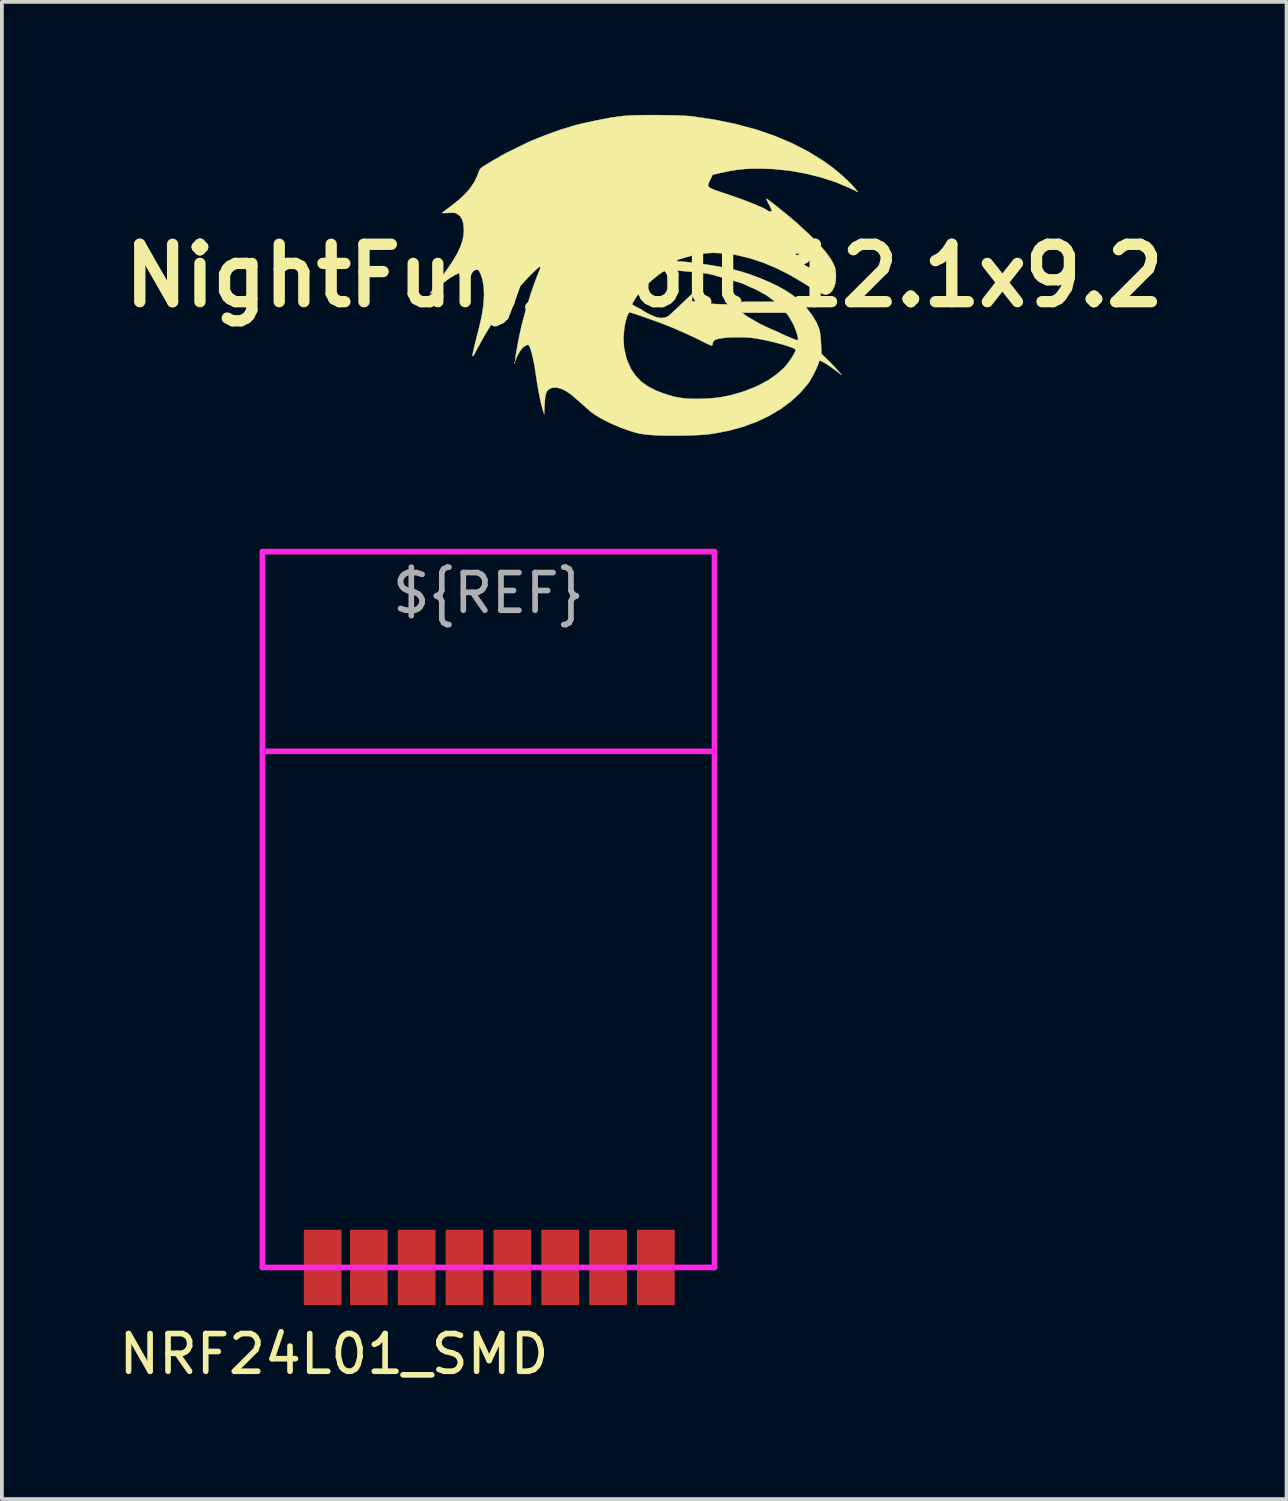
<source format=kicad_pcb>
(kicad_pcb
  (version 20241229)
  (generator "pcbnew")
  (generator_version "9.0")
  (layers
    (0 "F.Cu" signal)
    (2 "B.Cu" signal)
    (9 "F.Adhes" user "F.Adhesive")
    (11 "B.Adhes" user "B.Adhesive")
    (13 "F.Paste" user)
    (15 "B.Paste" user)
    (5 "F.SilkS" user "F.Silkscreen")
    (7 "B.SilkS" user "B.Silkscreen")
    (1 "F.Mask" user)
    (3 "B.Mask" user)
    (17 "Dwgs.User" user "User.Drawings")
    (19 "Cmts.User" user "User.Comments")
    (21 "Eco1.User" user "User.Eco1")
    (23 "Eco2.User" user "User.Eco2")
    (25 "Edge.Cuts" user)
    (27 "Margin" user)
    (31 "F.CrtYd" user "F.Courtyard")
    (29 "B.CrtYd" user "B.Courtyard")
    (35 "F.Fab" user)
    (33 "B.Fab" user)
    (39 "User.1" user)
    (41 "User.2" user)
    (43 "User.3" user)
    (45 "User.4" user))
  (footprint "NightFury_Roll_12.1x9.2"
    (layer "F.Cu")
    (at 14.05 4.268)
    (property "Reference" "NightFury_Roll_12.1x9.2" (at 0 0 0) (layer "F.SilkS") (effects (font (size 1.524 1.524) (thickness 0.3))))
    (attr through_hole)
    (fp_poly (pts (xy -3.436 2.293) (xy -3.434 2.318) (xy -3.436 2.321) (xy -3.449 2.318) (xy -3.45 2.307) (xy -3.442 2.29) (xy -3.436 2.293)) (stroke (width 0.01) (type solid)) (fill yes) (layer "F.SilkS"))
    (fp_poly (pts (xy 1.326 0.452) (xy 1.324 0.464) (xy 1.312 0.466) (xy 1.295 0.458) (xy 1.298 0.452) (xy 1.323 0.449) (xy 1.326 0.452)) (stroke (width 0.01) (type solid)) (fill yes) (layer "F.SilkS"))
    (fp_poly (pts (xy 0.386 -4.262) (xy 0.585 -4.26) (xy 0.777 -4.256) (xy 0.955 -4.25) (xy 1.111 -4.242) (xy 1.238 -4.233) (xy 1.291 -4.227) (xy 1.876 -4.14) (xy 2.433 -4.025) (xy 2.96 -3.883) (xy 3.456 -3.713) (xy 3.922 -3.517) (xy 4.355 -3.294) (xy 4.757 -3.045) (xy 4.942 -2.913) (xy 5.09 -2.798) (xy 5.239 -2.671) (xy 5.38 -2.541) (xy 5.503 -2.419) (xy 5.567 -2.349) (xy 5.677 -2.222) (xy 5.435 -2.336) (xy 5.073 -2.487) (xy 4.684 -2.613) (xy 4.275 -2.714) (xy 3.857 -2.788) (xy 3.436 -2.832) (xy 3.08 -2.844) (xy 2.851 -2.842) (xy 2.648 -2.831) (xy 2.456 -2.81) (xy 2.259 -2.777) (xy 2.041 -2.732) (xy 2.016 -2.726) (xy 1.814 -2.68) (xy 1.755 -2.552) (xy 1.727 -2.492) (xy 1.705 -2.444) (xy 1.695 -2.406) (xy 1.7 -2.375) (xy 1.723 -2.347) (xy 1.768 -2.319) (xy 1.838 -2.288) (xy 1.938 -2.252) (xy 2.07 -2.207) (xy 2.223 -2.156) (xy 2.432 -2.083) (xy 2.629 -2.012) (xy 2.807 -1.944) (xy 2.965 -1.88) (xy 3.096 -1.824) (xy 3.197 -1.776) (xy 3.264 -1.737) (xy 3.283 -1.723) (xy 3.323 -1.703) (xy 3.363 -1.704) (xy 3.386 -1.725) (xy 3.387 -1.732) (xy 3.377 -1.758) (xy 3.353 -1.811) (xy 3.318 -1.88) (xy 3.311 -1.893) (xy 3.276 -1.962) (xy 3.252 -2.015) (xy 3.243 -2.042) (xy 3.243 -2.044) (xy 3.262 -2.035) (xy 3.309 -2.002) (xy 3.378 -1.95) (xy 3.464 -1.882) (xy 3.564 -1.803) (xy 3.67 -1.717) (xy 3.78 -1.627) (xy 3.888 -1.537) (xy 3.989 -1.452) (xy 4.078 -1.375) (xy 4.131 -1.327) (xy 4.36 -1.114) (xy 4.555 -0.922) (xy 4.717 -0.748) (xy 4.847 -0.59) (xy 4.948 -0.448) (xy 5.019 -0.32) (xy 5.054 -0.242) (xy 5.075 -0.176) (xy 5.085 -0.104) (xy 5.088 -0.008) (xy 5.088 0) (xy 5.085 0.113) (xy 5.072 0.201) (xy 5.048 0.283) (xy 5.041 0.301) (xy 4.986 0.402) (xy 4.918 0.47) (xy 4.841 0.5) (xy 4.784 0.497) (xy 4.717 0.474) (xy 4.619 0.426) (xy 4.491 0.354) (xy 4.335 0.259) (xy 4.223 0.189) (xy 3.87 -0.019) (xy 3.516 -0.198) (xy 3.164 -0.345) (xy 2.815 -0.461) (xy 2.475 -0.544) (xy 2.235 -0.58) (xy 4.022 -0.58) (xy 4.037 -0.54) (xy 4.075 -0.481) (xy 4.131 -0.412) (xy 4.195 -0.343) (xy 4.26 -0.282) (xy 4.276 -0.27) (xy 4.341 -0.231) (xy 4.404 -0.212) (xy 4.455 -0.214) (xy 4.484 -0.238) (xy 4.487 -0.256) (xy 4.471 -0.325) (xy 4.427 -0.402) (xy 4.367 -0.473) (xy 4.306 -0.521) (xy 4.248 -0.548) (xy 4.18 -0.57) (xy 4.113 -0.586) (xy 4.057 -0.592) (xy 4.026 -0.586) (xy 4.022 -0.58) (xy 2.235 -0.58) (xy 2.145 -0.593) (xy 1.829 -0.608) (xy 1.53 -0.588) (xy 1.373 -0.562) (xy 1.328 -0.551) (xy 1.255 -0.531) (xy 1.168 -0.506) (xy 1.13 -0.495) (xy 1.042 -0.469) (xy 0.968 -0.447) (xy 0.917 -0.433) (xy 0.905 -0.429) (xy 0.878 -0.413) (xy 0.865 -0.391) (xy 0.875 -0.381) (xy 0.975 -0.377) (xy 1.108 -0.366) (xy 1.267 -0.348) (xy 1.443 -0.325) (xy 1.63 -0.299) (xy 1.818 -0.269) (xy 2.001 -0.238) (xy 2.17 -0.207) (xy 2.317 -0.176) (xy 2.349 -0.168) (xy 2.589 -0.104) (xy 2.837 -0.023) (xy 3.085 0.07) (xy 3.325 0.172) (xy 3.549 0.281) (xy 3.749 0.391) (xy 3.916 0.5) (xy 3.939 0.517) (xy 4.143 0.688) (xy 4.321 0.872) (xy 4.469 1.065) (xy 4.582 1.26) (xy 4.649 1.428) (xy 4.664 1.496) (xy 4.677 1.593) (xy 4.688 1.71) (xy 4.693 1.805) (xy 4.705 2.075) (xy 4.863 2.228) (xy 4.945 2.31) (xy 5.031 2.399) (xy 5.105 2.48) (xy 5.13 2.508) (xy 5.239 2.634) (xy 5.112 2.537) (xy 5.001 2.456) (xy 4.897 2.383) (xy 4.805 2.323) (xy 4.73 2.28) (xy 4.679 2.256) (xy 4.658 2.253) (xy 4.637 2.284) (xy 4.635 2.293) (xy 4.625 2.333) (xy 4.599 2.401) (xy 4.56 2.487) (xy 4.513 2.582) (xy 4.463 2.678) (xy 4.414 2.764) (xy 4.371 2.833) (xy 4.361 2.847) (xy 4.153 3.096) (xy 3.91 3.324) (xy 3.634 3.53) (xy 3.328 3.713) (xy 2.995 3.872) (xy 2.637 4.005) (xy 2.257 4.111) (xy 1.856 4.188) (xy 1.746 4.204) (xy 1.619 4.217) (xy 1.458 4.228) (xy 1.275 4.236) (xy 1.076 4.242) (xy 0.871 4.245) (xy 0.669 4.245) (xy 0.48 4.242) (xy 0.311 4.236) (xy 0.172 4.227) (xy 0.127 4.223) (xy 0.014 4.21) (xy -0.074 4.198) (xy -0.148 4.185) (xy -0.219 4.168) (xy -0.299 4.144) (xy -0.399 4.111) (xy -0.487 4.082) (xy -0.66 4.017) (xy -0.837 3.942) (xy -1.009 3.86) (xy -1.168 3.775) (xy -1.306 3.692) (xy -1.414 3.615) (xy -1.45 3.584) (xy -1.53 3.512) (xy -1.624 3.429) (xy -1.721 3.343) (xy -1.814 3.263) (xy -1.893 3.195) (xy -1.95 3.148) (xy -1.951 3.147) (xy -2.087 3.055) (xy -2.218 2.994) (xy -2.339 2.968) (xy -2.447 2.976) (xy -2.498 2.995) (xy -2.55 3.03) (xy -2.587 3.079) (xy -2.614 3.147) (xy -2.631 3.243) (xy -2.642 3.372) (xy -2.645 3.418) (xy -2.656 3.672) (xy -2.693 3.556) (xy -2.724 3.442) (xy -2.758 3.296) (xy -2.793 3.125) (xy -2.826 2.941) (xy -2.857 2.751) (xy -2.878 2.612) (xy -2.91 2.402) (xy -2.946 2.213) (xy -2.985 2.052) (xy -3.024 1.925) (xy -3.038 1.891) (xy -3.061 1.848) (xy -3.091 1.833) (xy -3.134 1.846) (xy -3.199 1.889) (xy -3.21 1.897) (xy -3.251 1.94) (xy -3.299 2.006) (xy -3.345 2.083) (xy -3.383 2.158) (xy -3.405 2.219) (xy -3.408 2.24) (xy -3.414 2.262) (xy -3.419 2.261) (xy -3.421 2.234) (xy -3.416 2.173) (xy -3.403 2.084) (xy -3.385 1.972) (xy -3.363 1.845) (xy -3.337 1.71) (xy -3.325 1.649) (xy -0.552 1.649) (xy -0.535 1.915) (xy -0.479 2.171) (xy -0.437 2.289) (xy -0.342 2.49) (xy -0.223 2.664) (xy -0.078 2.812) (xy 0.098 2.939) (xy 0.308 3.047) (xy 0.519 3.128) (xy 0.668 3.176) (xy 0.795 3.21) (xy 0.917 3.235) (xy 1.048 3.254) (xy 1.09 3.259) (xy 1.218 3.267) (xy 1.375 3.27) (xy 1.548 3.267) (xy 1.724 3.258) (xy 1.89 3.244) (xy 2.032 3.227) (xy 2.33 3.165) (xy 2.636 3.074) (xy 2.935 2.958) (xy 3.025 2.917) (xy 3.294 2.773) (xy 3.528 2.609) (xy 3.701 2.454) (xy 3.768 2.381) (xy 3.835 2.295) (xy 3.898 2.206) (xy 3.952 2.119) (xy 3.993 2.044) (xy 4.014 1.987) (xy 4.015 1.961) (xy 3.988 1.938) (xy 3.926 1.909) (xy 3.834 1.876) (xy 3.718 1.839) (xy 3.586 1.802) (xy 3.442 1.764) (xy 3.293 1.729) (xy 3.145 1.697) (xy 3.005 1.671) (xy 2.879 1.652) (xy 2.742 1.639) (xy 2.593 1.632) (xy 2.44 1.632) (xy 2.289 1.637) (xy 2.149 1.648) (xy 2.027 1.664) (xy 1.932 1.684) (xy 1.87 1.708) (xy 1.868 1.709) (xy 1.831 1.751) (xy 1.82 1.79) (xy 1.812 1.834) (xy 1.799 1.852) (xy 1.772 1.849) (xy 1.717 1.828) (xy 1.645 1.795) (xy 1.603 1.773) (xy 1.467 1.704) (xy 1.303 1.625) (xy 1.122 1.542) (xy 0.933 1.458) (xy 0.75 1.379) (xy 0.581 1.311) (xy 0.466 1.266) (xy 0.251 1.188) (xy 0.063 1.12) (xy -0.096 1.064) (xy -0.224 1.021) (xy -0.318 0.991) (xy -0.377 0.976) (xy -0.393 0.974) (xy -0.414 0.993) (xy -0.439 1.046) (xy -0.467 1.123) (xy -0.494 1.217) (xy -0.517 1.318) (xy -0.528 1.377) (xy -0.552 1.649) (xy -3.325 1.649) (xy -3.309 1.572) (xy -3.28 1.438) (xy -3.252 1.315) (xy -3.238 1.259) (xy -3.167 0.996) (xy -3.098 0.761) (xy -0.318 0.761) (xy -0.3 0.779) (xy -0.253 0.807) (xy -0.196 0.836) (xy -0.127 0.87) (xy -0.07 0.901) (xy -0.043 0.92) (xy -0.01 0.943) (xy 0.05 0.978) (xy 0.126 1.019) (xy 0.158 1.036) (xy 0.309 1.099) (xy 0.442 1.124) (xy 0.556 1.113) (xy 0.624 1.082) (xy 0.66 1.055) (xy 0.719 1.004) (xy 0.796 0.933) (xy 0.885 0.85) (xy 0.973 0.765) (xy 1.064 0.678) (xy 1.144 0.602) (xy 1.208 0.541) (xy 1.253 0.502) (xy 1.272 0.487) (xy 1.272 0.487) (xy 1.278 0.506) (xy 1.278 0.553) (xy 1.275 0.58) (xy 1.265 0.673) (xy 1.379 0.697) (xy 1.515 0.72) (xy 1.685 0.739) (xy 1.879 0.752) (xy 2.088 0.759) (xy 2.223 0.76) (xy 2.335 0.76) (xy 2.434 0.76) (xy 2.511 0.76) (xy 2.557 0.76) (xy 2.565 0.761) (xy 2.587 0.768) (xy 2.587 0.794) (xy 2.577 0.822) (xy 2.562 0.879) (xy 2.568 0.929) (xy 2.598 0.977) (xy 2.658 1.03) (xy 2.751 1.094) (xy 2.767 1.104) (xy 3.082 1.285) (xy 3.389 1.428) (xy 3.474 1.463) (xy 3.557 1.5) (xy 3.609 1.525) (xy 3.679 1.558) (xy 3.763 1.596) (xy 3.853 1.634) (xy 3.937 1.669) (xy 4.006 1.696) (xy 4.05 1.711) (xy 4.059 1.712) (xy 4.083 1.698) (xy 4.085 1.687) (xy 4.076 1.625) (xy 4.053 1.538) (xy 4.019 1.437) (xy 3.978 1.335) (xy 3.946 1.266) (xy 3.836 1.076) (xy 3.712 0.914) (xy 3.573 0.776) (xy 3.502 0.715) (xy 3.423 0.652) (xy 3.344 0.592) (xy 3.274 0.54) (xy 3.22 0.503) (xy 3.189 0.487) (xy 3.187 0.487) (xy 3.163 0.476) (xy 3.117 0.45) (xy 3.087 0.432) (xy 3.022 0.395) (xy 2.936 0.353) (xy 2.849 0.314) (xy 2.768 0.28) (xy 2.697 0.248) (xy 2.648 0.225) (xy 2.646 0.224) (xy 2.62 0.212) (xy 2.581 0.197) (xy 2.524 0.179) (xy 2.445 0.155) (xy 2.339 0.124) (xy 2.201 0.085) (xy 2.043 0.04) (xy 1.959 0.017) (xy 1.882 -0.005) (xy 1.831 -0.021) (xy 1.74 -0.042) (xy 1.608 -0.064) (xy 1.438 -0.085) (xy 1.231 -0.106) (xy 1.217 -0.107) (xy 1.095 -0.118) (xy 0.971 -0.129) (xy 0.86 -0.14) (xy 0.783 -0.147) (xy 0.673 -0.154) (xy 0.596 -0.148) (xy 0.561 -0.138) (xy 0.484 -0.096) (xy 0.386 -0.029) (xy 0.277 0.057) (xy 0.162 0.155) (xy 0.051 0.259) (xy -0.05 0.362) (xy -0.132 0.457) (xy -0.144 0.471) (xy -0.203 0.552) (xy -0.254 0.632) (xy -0.294 0.7) (xy -0.315 0.749) (xy -0.318 0.761) (xy -3.098 0.761) (xy -3.088 0.729) (xy -3.006 0.468) (xy -2.922 0.224) (xy -2.841 0.006) (xy -2.802 -0.089) (xy -2.772 -0.163) (xy -2.757 -0.206) (xy -2.756 -0.226) (xy -2.767 -0.232) (xy -2.78 -0.233) (xy -2.806 -0.218) (xy -2.856 -0.176) (xy -2.924 -0.111) (xy -3.007 -0.029) (xy -3.099 0.065) (xy -3.196 0.167) (xy -3.293 0.273) (xy -3.387 0.377) (xy -3.471 0.474) (xy -3.542 0.561) (xy -3.543 0.562) (xy -3.782 0.879) (xy -4.017 1.225) (xy -4.238 1.585) (xy -4.437 1.945) (xy -4.455 1.979) (xy -4.492 2.05) (xy -4.521 2.102) (xy -4.541 2.131) (xy -4.553 2.136) (xy -4.556 2.114) (xy -4.549 2.064) (xy -4.533 1.984) (xy -4.507 1.871) (xy -4.47 1.723) (xy -4.424 1.538) (xy -4.374 1.344) (xy -4.308 1.049) (xy -4.267 0.775) (xy -4.251 0.523) (xy -4.259 0.298) (xy -4.292 0.101) (xy -4.35 -0.064) (xy -4.36 -0.084) (xy -4.386 -0.132) (xy -4.412 -0.155) (xy -4.451 -0.162) (xy -4.513 -0.159) (xy -4.687 -0.138) (xy -4.849 -0.096) (xy -5.006 -0.03) (xy -5.165 0.064) (xy -5.331 0.188) (xy -5.485 0.321) (xy -5.558 0.386) (xy -5.619 0.439) (xy -5.663 0.475) (xy -5.682 0.487) (xy -5.678 0.471) (xy -5.651 0.424) (xy -5.602 0.35) (xy -5.533 0.251) (xy -5.448 0.131) (xy -5.347 -0.007) (xy -5.344 -0.011) (xy -5.185 -0.232) (xy -5.056 -0.43) (xy -4.954 -0.607) (xy -4.879 -0.768) (xy -4.827 -0.917) (xy -4.797 -1.059) (xy -4.787 -1.198) (xy -4.789 -1.259) (xy -4.804 -1.396) (xy -4.836 -1.5) (xy -4.886 -1.578) (xy -4.945 -1.628) (xy -4.984 -1.653) (xy -5.023 -1.666) (xy -5.072 -1.671) (xy -5.146 -1.67) (xy -5.199 -1.667) (xy -5.278 -1.663) (xy -5.335 -1.664) (xy -5.362 -1.668) (xy -5.362 -1.671) (xy -5.339 -1.689) (xy -5.289 -1.727) (xy -5.22 -1.779) (xy -5.138 -1.84) (xy -5.133 -1.844) (xy -4.927 -2.007) (xy -4.757 -2.164) (xy -4.622 -2.319) (xy -4.515 -2.477) (xy -4.435 -2.642) (xy -4.413 -2.701) (xy -4.389 -2.768) (xy -4.366 -2.815) (xy -4.336 -2.851) (xy -4.29 -2.888) (xy -4.22 -2.933) (xy -4.187 -2.953) (xy -4.098 -3.007) (xy -4.01 -3.06) (xy -3.938 -3.101) (xy -3.916 -3.113) (xy -3.859 -3.145) (xy -3.82 -3.169) (xy -3.81 -3.176) (xy -3.788 -3.19) (xy -3.735 -3.218) (xy -3.657 -3.258) (xy -3.562 -3.306) (xy -3.457 -3.358) (xy -3.348 -3.412) (xy -3.242 -3.464) (xy -3.146 -3.51) (xy -3.067 -3.547) (xy -3.037 -3.561) (xy -2.937 -3.604) (xy -2.811 -3.656) (xy -2.671 -3.71) (xy -2.527 -3.765) (xy -2.389 -3.816) (xy -2.267 -3.859) (xy -2.172 -3.89) (xy -2.157 -3.894) (xy -2.059 -3.923) (xy -1.958 -3.955) (xy -1.881 -3.98) (xy -1.828 -3.995) (xy -1.741 -4.016) (xy -1.629 -4.042) (xy -1.5 -4.071) (xy -1.362 -4.101) (xy -1.224 -4.13) (xy -1.093 -4.156) (xy -0.979 -4.178) (xy -0.888 -4.194) (xy -0.847 -4.201) (xy -0.793 -4.208) (xy -0.711 -4.219) (xy -0.615 -4.232) (xy -0.572 -4.238) (xy -0.476 -4.247) (xy -0.346 -4.254) (xy -0.187 -4.259) (xy -0.008 -4.262) (xy 0.185 -4.263) (xy 0.386 -4.262)) (stroke (width 0.01) (type solid)) (fill yes) (layer "F.SilkS")))
  (footprint "NRF24L01_SMD"
    (layer "F.Cu")
    (at 9.915 21.893)
    (property "Reference" "NRF24L01_SMD" (at -4.1 11 0) (unlocked yes) (layer "F.SilkS") (effects (font (size 1 1) (thickness 0.15))))
    (attr smd)
    (fp_line (start -6 -10.3) (end -6 -9.8) (stroke (width 0.12) (type solid)) (layer "F.SilkS"))
    (fp_line (start -6 -10.3) (end -5.5 -10.3) (stroke (width 0.12) (type solid)) (layer "F.SilkS"))
    (fp_line (start -6 -9.8) (end -6 -10.3) (stroke (width 0.12) (type solid)) (layer "F.SilkS"))
    (fp_line (start -6 -5) (end -6 -5.5) (stroke (width 0.12) (type solid)) (layer "F.SilkS"))
    (fp_line (start -6 -5) (end -6 -4.6) (stroke (width 0.12) (type solid)) (layer "F.SilkS"))
    (fp_line (start -6 -5) (end -5.5 -5) (stroke (width 0.12) (type solid)) (layer "F.SilkS"))
    (fp_line (start -6 8.7) (end -6 8.2) (stroke (width 0.12) (type solid)) (layer "F.SilkS"))
    (fp_line (start -6 8.7) (end -5.5 8.7) (stroke (width 0.12) (type solid)) (layer "F.SilkS"))
    (fp_line (start -5.5 -5) (end -6 -5) (stroke (width 0.12) (type solid)) (layer "F.SilkS"))
    (fp_line (start -5.5 8.7) (end -6 8.7) (stroke (width 0.12) (type solid)) (layer "F.SilkS"))
    (fp_line (start 5.5 -10.3) (end 6 -10.3) (stroke (width 0.12) (type solid)) (layer "F.SilkS"))
    (fp_line (start 5.5 -5) (end 6 -5) (stroke (width 0.12) (type solid)) (layer "F.SilkS"))
    (fp_line (start 6 -10.3) (end 5.5 -10.3) (stroke (width 0.12) (type solid)) (layer "F.SilkS"))
    (fp_line (start 6 -10.3) (end 6 -9.8) (stroke (width 0.12) (type solid)) (layer "F.SilkS"))
    (fp_line (start 6 -5) (end 5.5 -5) (stroke (width 0.12) (type solid)) (layer "F.SilkS"))
    (fp_line (start 6 -5) (end 6 -5.4) (stroke (width 0.12) (type solid)) (layer "F.SilkS"))
    (fp_line (start 6 -5) (end 6 -4.5) (stroke (width 0.12) (type solid)) (layer "F.SilkS"))
    (fp_line (start 6 8.2) (end 6 8.7) (stroke (width 0.12) (type solid)) (layer "F.SilkS"))
    (fp_line (start 6 8.7) (end 5.5 8.7) (stroke (width 0.12) (type solid)) (layer "F.SilkS"))
    (fp_line (start 6 8.7) (end 6 8.2) (stroke (width 0.12) (type solid)) (layer "F.SilkS"))
    (fp_line (start -6 -10.3) (end 6 -10.3) (stroke (width 0.15) (type solid)) (layer "F.CrtYd"))
    (fp_line (start -6 -5) (end 6 -5) (stroke (width 0.15) (type solid)) (layer "F.CrtYd"))
    (fp_line (start -6 8.7) (end -6 -10.3) (stroke (width 0.15) (type solid)) (layer "F.CrtYd"))
    (fp_line (start 6 -10.3) (end 6 8.7) (stroke (width 0.15) (type solid)) (layer "F.CrtYd"))
    (fp_line (start 6 8.7) (end -6 8.7) (stroke (width 0.15) (type solid)) (layer "F.CrtYd"))
    (fp_text user "${REF}" (at 0 -9.2 0) (unlocked yes) (layer "F.Fab") (effects (font (size 1 1) (thickness 0.15))))
    (pad "1" smd rect (at -3.175 8.7) (size 1 2) (layers "F.Cu" "F.Mask" "F.Paste"))
    (pad "2" smd rect (at -4.4 8.7) (size 1 2) (layers "F.Cu" "F.Mask" "F.Paste"))
    (pad "3" smd rect (at -1.905 8.7) (size 1 2) (layers "F.Cu" "F.Mask" "F.Paste"))
    (pad "4" smd rect (at -0.635 8.7) (size 1 2) (layers "F.Cu" "F.Mask" "F.Paste"))
    (pad "5" smd rect (at 0.635 8.7) (size 1 2) (layers "F.Cu" "F.Mask" "F.Paste"))
    (pad "6" smd rect (at 1.905 8.7) (size 1 2) (layers "F.Cu" "F.Mask" "F.Paste"))
    (pad "7" smd rect (at 3.175 8.7) (size 1 2) (layers "F.Cu" "F.Mask" "F.Paste"))
    (pad "8" smd rect (at 4.445 8.7) (size 1 2) (layers "F.Cu" "F.Mask" "F.Paste")))
  (gr_rect
    (start -3 -3)
    (end 31.1 36.741)
    (stroke (width 0.1) (type default))
    (fill no)
    (layer "Edge.Cuts")))
</source>
